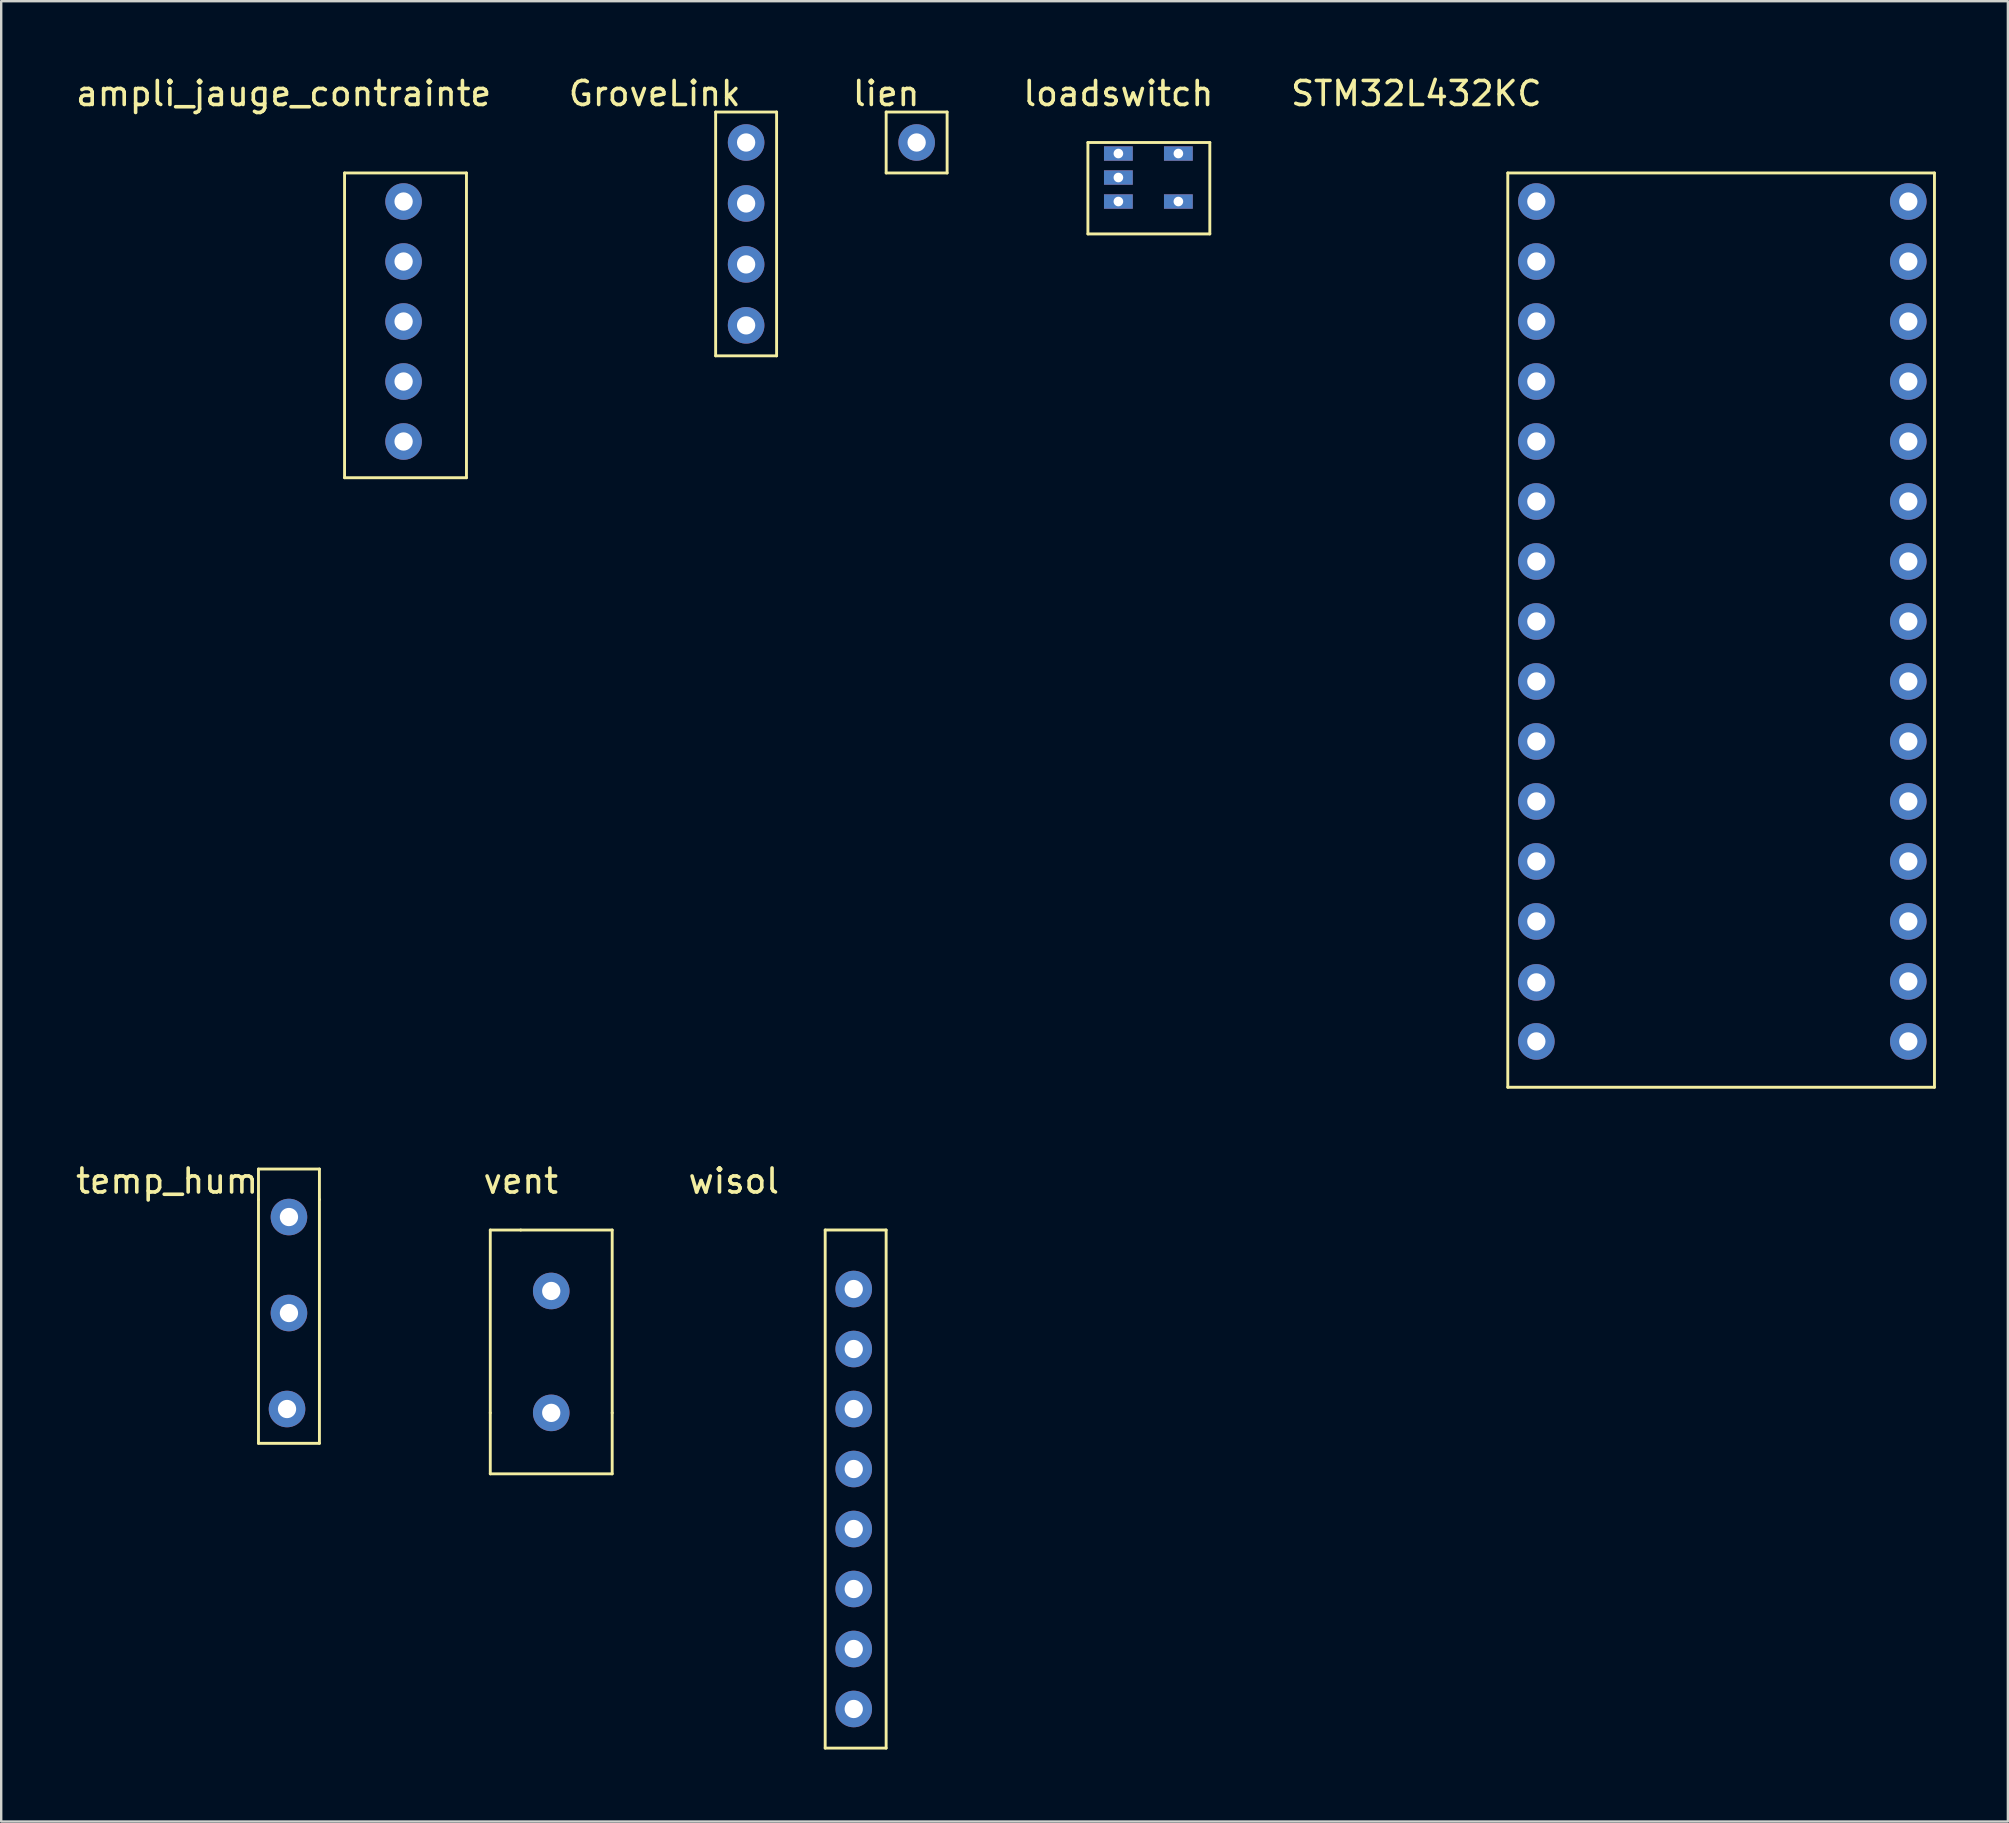
<source format=kicad_pcb>
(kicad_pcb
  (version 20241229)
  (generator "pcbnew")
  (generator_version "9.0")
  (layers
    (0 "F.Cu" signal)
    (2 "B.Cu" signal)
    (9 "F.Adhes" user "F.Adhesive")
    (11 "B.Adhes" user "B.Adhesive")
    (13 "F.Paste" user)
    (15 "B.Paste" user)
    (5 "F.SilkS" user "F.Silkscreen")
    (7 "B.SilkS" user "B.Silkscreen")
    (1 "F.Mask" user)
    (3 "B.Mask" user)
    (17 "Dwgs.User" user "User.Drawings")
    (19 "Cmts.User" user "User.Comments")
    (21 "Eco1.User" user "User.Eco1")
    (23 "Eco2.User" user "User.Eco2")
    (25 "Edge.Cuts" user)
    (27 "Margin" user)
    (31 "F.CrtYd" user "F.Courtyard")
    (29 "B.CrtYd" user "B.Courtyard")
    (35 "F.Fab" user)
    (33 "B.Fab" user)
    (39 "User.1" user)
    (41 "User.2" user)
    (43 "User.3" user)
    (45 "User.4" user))
  (footprint "GroveLink"
    (layer "F.Cu")
    (at 24.232 0.348)
    (property "Reference" "GroveLink" (at 0 0.5 0) (layer "F.SilkS") (effects (font (size 1 1) (thickness 0.15))))
    (attr through_hole)
    (fp_line (start 2.54 1.27) (end 5.08 1.27) (stroke (width 0.12) (type solid)) (layer "F.SilkS"))
    (fp_line (start 2.54 11.43) (end 2.54 1.27) (stroke (width 0.12) (type solid)) (layer "F.SilkS"))
    (fp_line (start 5.08 1.27) (end 5.08 11.43) (stroke (width 0.12) (type solid)) (layer "F.SilkS"))
    (fp_line (start 5.08 11.43) (end 2.54 11.43) (stroke (width 0.12) (type solid)) (layer "F.SilkS"))
    (pad "1" thru_hole circle (at 3.81 2.54) (size 1.524 1.524) (drill 0.762) (layers "*.Cu" "*.Mask"))
    (pad "2" thru_hole circle (at 3.81 5.08) (size 1.524 1.524) (drill 0.762) (layers "*.Cu" "*.Mask"))
    (pad "3" thru_hole circle (at 3.81 7.62) (size 1.524 1.524) (drill 0.762) (layers "*.Cu" "*.Mask"))
    (pad "4" thru_hole circle (at 3.81 10.16) (size 1.524 1.524) (drill 0.762) (layers "*.Cu" "*.Mask")))
  (footprint "wisol"
    (layer "F.Cu")
    (at 27.527 45.666)
    (property "Reference" "wisol" (at 0 0.5 0) (layer "F.SilkS") (effects (font (size 1 1) (thickness 0.15))))
    (attr through_hole)
    (fp_line (start 3.81 2.54) (end 6.35 2.54) (stroke (width 0.12) (type solid)) (layer "F.SilkS"))
    (fp_line (start 3.81 24.13) (end 3.81 2.54) (stroke (width 0.12) (type solid)) (layer "F.SilkS"))
    (fp_line (start 6.35 2.54) (end 6.35 24.13) (stroke (width 0.12) (type solid)) (layer "F.SilkS"))
    (fp_line (start 6.35 24.13) (end 3.81 24.13) (stroke (width 0.12) (type solid)) (layer "F.SilkS"))
    (pad "1" thru_hole circle (at 5 5) (size 1.524 1.524) (drill 0.762) (layers "*.Cu" "*.Mask"))
    (pad "2" thru_hole circle (at 5 7.5) (size 1.524 1.524) (drill 0.762) (layers "*.Cu" "*.Mask"))
    (pad "3" thru_hole circle (at 5 10) (size 1.524 1.524) (drill 0.762) (layers "*.Cu" "*.Mask"))
    (pad "4" thru_hole circle (at 5 12.5) (size 1.524 1.524) (drill 0.762) (layers "*.Cu" "*.Mask"))
    (pad "5" thru_hole circle (at 5 15) (size 1.524 1.524) (drill 0.762) (layers "*.Cu" "*.Mask"))
    (pad "6" thru_hole circle (at 5 17.5) (size 1.524 1.524) (drill 0.762) (layers "*.Cu" "*.Mask"))
    (pad "7" thru_hole circle (at 5 20) (size 1.524 1.524) (drill 0.762) (layers "*.Cu" "*.Mask"))
    (pad "8" thru_hole circle (at 5 22.5) (size 1.524 1.524) (drill 0.762) (layers "*.Cu" "*.Mask")))
  (footprint "lien"
    (layer "F.Cu")
    (at 33.878 0.348)
    (property "Reference" "lien" (at 0 0.5 0) (layer "F.SilkS") (effects (font (size 1 1) (thickness 0.15))))
    (attr through_hole)
    (fp_line (start 0 1.27) (end 0 3.81) (stroke (width 0.12) (type solid)) (layer "F.SilkS"))
    (fp_line (start 0 3.81) (end 2.54 3.81) (stroke (width 0.12) (type solid)) (layer "F.SilkS"))
    (fp_line (start 2.54 1.27) (end 0 1.27) (stroke (width 0.12) (type solid)) (layer "F.SilkS"))
    (fp_line (start 2.54 3.81) (end 2.54 1.27) (stroke (width 0.12) (type solid)) (layer "F.SilkS"))
    (pad "1" thru_hole circle (at 1.27 2.54) (size 1.524 1.524) (drill 0.762) (layers "*.Cu" "*.Mask")))
  (footprint "ampli_jauge_contrainte"
    (layer "F.Cu")
    (at 8.768 0.348)
    (property "Reference" "ampli_jauge_contrainte" (at 0 0.5 0) (layer "F.SilkS") (effects (font (size 1 1) (thickness 0.15))))
    (attr through_hole)
    (fp_line (start 2.54 3.81) (end 2.54 16.51) (stroke (width 0.12) (type solid)) (layer "F.SilkS"))
    (fp_line (start 2.54 16.51) (end 7.62 16.51) (stroke (width 0.12) (type solid)) (layer "F.SilkS"))
    (fp_line (start 7.62 3.81) (end 2.54 3.81) (stroke (width 0.12) (type solid)) (layer "F.SilkS"))
    (fp_line (start 7.62 16.51) (end 7.62 3.81) (stroke (width 0.12) (type solid)) (layer "F.SilkS"))
    (pad "1" thru_hole circle (at 5 5) (size 1.524 1.524) (drill 0.762) (layers "*.Cu" "*.Mask"))
    (pad "2" thru_hole circle (at 5 7.5) (size 1.524 1.524) (drill 0.762) (layers "*.Cu" "*.Mask"))
    (pad "3" thru_hole circle (at 5 10) (size 1.524 1.524) (drill 0.762) (layers "*.Cu" "*.Mask"))
    (pad "4" thru_hole circle (at 5 12.5) (size 1.524 1.524) (drill 0.762) (layers "*.Cu" "*.Mask"))
    (pad "5" thru_hole circle (at 5 15) (size 1.524 1.524) (drill 0.762) (layers "*.Cu" "*.Mask")))
  (footprint "vent"
    (layer "F.Cu")
    (at 13.571 46.937)
    (property "Reference" "vent" (at 5.08 -0.77 0) (layer "F.SilkS") (effects (font (size 1 1) (thickness 0.15))))
    (attr through_hole)
    (fp_line (start 3.81 1.27) (end 5.08 1.27) (stroke (width 0.12) (type solid)) (layer "F.SilkS"))
    (fp_line (start 3.81 8.89) (end 3.81 1.27) (stroke (width 0.12) (type solid)) (layer "F.SilkS"))
    (fp_line (start 3.81 11.43) (end 3.81 8.89) (stroke (width 0.12) (type solid)) (layer "F.SilkS"))
    (fp_line (start 5.08 1.27) (end 8.89 1.27) (stroke (width 0.12) (type solid)) (layer "F.SilkS"))
    (fp_line (start 8.89 1.27) (end 8.89 8.89) (stroke (width 0.12) (type solid)) (layer "F.SilkS"))
    (fp_line (start 8.89 8.89) (end 8.89 11.43) (stroke (width 0.12) (type solid)) (layer "F.SilkS"))
    (fp_line (start 8.89 11.43) (end 3.81 11.43) (stroke (width 0.12) (type solid)) (layer "F.SilkS"))
    (pad "1" thru_hole circle (at 6.35 8.89) (size 1.524 1.524) (drill 0.762) (layers "*.Cu" "*.Mask"))
    (pad "2" thru_hole circle (at 6.35 3.81) (size 1.524 1.524) (drill 0.762) (layers "*.Cu" "*.Mask")))
  (footprint "temp_hum"
    (layer "F.Cu")
    (at 3.911 45.666)
    (property "Reference" "temp_hum" (at 0 0.5 0) (layer "F.SilkS") (effects (font (size 1 1) (thickness 0.15))))
    (attr through_hole)
    (fp_line (start 3.81 0) (end 3.81 1.27) (stroke (width 0.12) (type solid)) (layer "F.SilkS"))
    (fp_line (start 3.81 0) (end 6.35 0) (stroke (width 0.12) (type solid)) (layer "F.SilkS"))
    (fp_line (start 3.81 11.43) (end 3.81 1.27) (stroke (width 0.12) (type solid)) (layer "F.SilkS"))
    (fp_line (start 6.35 0) (end 6.35 1.27) (stroke (width 0.12) (type solid)) (layer "F.SilkS"))
    (fp_line (start 6.35 1.27) (end 6.35 11.43) (stroke (width 0.12) (type solid)) (layer "F.SilkS"))
    (fp_line (start 6.35 11.43) (end 3.81 11.43) (stroke (width 0.12) (type solid)) (layer "F.SilkS"))
    (pad "1" thru_hole circle (at 5 10) (size 1.524 1.524) (drill 0.762) (layers "*.Cu" "*.Mask"))
    (pad "2" thru_hole circle (at 5.08 6) (size 1.524 1.524) (drill 0.762) (layers "*.Cu" "*.Mask"))
    (pad "3" thru_hole circle (at 5.08 2) (size 1.524 1.524) (drill 0.762) (layers "*.Cu" "*.Mask")))
  (footprint "loadswitch"
    (layer "F.Cu")
    (at 43.555 0.348)
    (property "Reference" "loadswitch" (at 0 0.5 0) (layer "F.SilkS") (effects (font (size 1 1) (thickness 0.15))))
    (attr through_hole)
    (fp_line (start -1.27 2.54) (end 3.81 2.54) (stroke (width 0.12) (type solid)) (layer "F.SilkS"))
    (fp_line (start -1.27 6.35) (end -1.27 2.54) (stroke (width 0.12) (type solid)) (layer "F.SilkS"))
    (fp_line (start 3.81 2.54) (end 3.81 6.35) (stroke (width 0.12) (type solid)) (layer "F.SilkS"))
    (fp_line (start 3.81 6.35) (end -1.27 6.35) (stroke (width 0.12) (type solid)) (layer "F.SilkS"))
    (pad "1" thru_hole rect (at 0 3) (size 1.2 0.6) (drill 0.4) (layers "*.Cu" "*.Mask"))
    (pad "2" thru_hole rect (at 0 4) (size 1.2 0.6) (drill 0.4) (layers "*.Cu" "*.Mask"))
    (pad "3" thru_hole rect (at 0 5) (size 1.2 0.6) (drill 0.4) (layers "*.Cu" "*.Mask"))
    (pad "4" thru_hole rect (at 2.5 5) (size 1.2 0.6) (drill 0.4) (layers "*.Cu" "*.Mask"))
    (pad "5" thru_hole rect (at 2.5 3) (size 1.2 0.6) (drill 0.4) (layers "*.Cu" "*.Mask")))
  (footprint "STM32L432KC"
    (layer "F.Cu")
    (at 55.972 0.348)
    (property "Reference" "STM32L432KC" (at 0 0.5 0) (layer "F.SilkS") (effects (font (size 1 1) (thickness 0.15))))
    (attr through_hole)
    (fp_line (start 3.81 3.81) (end 21.59 3.81) (stroke (width 0.12) (type solid)) (layer "F.SilkS"))
    (fp_line (start 3.81 41.91) (end 3.81 3.81) (stroke (width 0.12) (type solid)) (layer "F.SilkS"))
    (fp_line (start 21.59 3.81) (end 21.59 41.91) (stroke (width 0.12) (type solid)) (layer "F.SilkS"))
    (fp_line (start 21.59 41.91) (end 3.81 41.91) (stroke (width 0.12) (type solid)) (layer "F.SilkS"))
    (pad "1" thru_hole circle (at 5 5) (size 1.524 1.524) (drill 0.762) (layers "*.Cu" "*.Mask"))
    (pad "2" thru_hole circle (at 5 7.5) (size 1.524 1.524) (drill 0.762) (layers "*.Cu" "*.Mask"))
    (pad "3" thru_hole circle (at 5 10) (size 1.524 1.524) (drill 0.762) (layers "*.Cu" "*.Mask"))
    (pad "4" thru_hole circle (at 5 12.5) (size 1.524 1.524) (drill 0.762) (layers "*.Cu" "*.Mask"))
    (pad "5" thru_hole circle (at 5 15) (size 1.524 1.524) (drill 0.762) (layers "*.Cu" "*.Mask"))
    (pad "6" thru_hole circle (at 5 17.5) (size 1.524 1.524) (drill 0.762) (layers "*.Cu" "*.Mask"))
    (pad "7" thru_hole circle (at 5 20) (size 1.524 1.524) (drill 0.762) (layers "*.Cu" "*.Mask"))
    (pad "8" thru_hole circle (at 5 22.5) (size 1.524 1.524) (drill 0.762) (layers "*.Cu" "*.Mask"))
    (pad "9" thru_hole circle (at 5 25) (size 1.524 1.524) (drill 0.762) (layers "*.Cu" "*.Mask"))
    (pad "10" thru_hole circle (at 5 27.5) (size 1.524 1.524) (drill 0.762) (layers "*.Cu" "*.Mask"))
    (pad "11" thru_hole circle (at 5 30) (size 1.524 1.524) (drill 0.762) (layers "*.Cu" "*.Mask"))
    (pad "12" thru_hole circle (at 5 32.5) (size 1.524 1.524) (drill 0.762) (layers "*.Cu" "*.Mask"))
    (pad "13" thru_hole circle (at 5 35) (size 1.524 1.524) (drill 0.762) (layers "*.Cu" "*.Mask"))
    (pad "14" thru_hole circle (at 5 37.54) (size 1.524 1.524) (drill 0.762) (layers "*.Cu" "*.Mask"))
    (pad "15" thru_hole circle (at 5 40) (size 1.524 1.524) (drill 0.762) (layers "*.Cu" "*.Mask"))
    (pad "16" thru_hole circle (at 20.5 5) (size 1.524 1.524) (drill 0.762) (layers "*.Cu" "*.Mask"))
    (pad "17" thru_hole circle (at 20.5 7.5) (size 1.524 1.524) (drill 0.762) (layers "*.Cu" "*.Mask"))
    (pad "18" thru_hole circle (at 20.5 10) (size 1.524 1.524) (drill 0.762) (layers "*.Cu" "*.Mask"))
    (pad "19" thru_hole circle (at 20.5 12.5) (size 1.524 1.524) (drill 0.762) (layers "*.Cu" "*.Mask"))
    (pad "20" thru_hole circle (at 20.5 15) (size 1.524 1.524) (drill 0.762) (layers "*.Cu" "*.Mask"))
    (pad "21" thru_hole circle (at 20.5 17.5) (size 1.524 1.524) (drill 0.762) (layers "*.Cu" "*.Mask"))
    (pad "22" thru_hole circle (at 20.5 20) (size 1.524 1.524) (drill 0.762) (layers "*.Cu" "*.Mask"))
    (pad "23" thru_hole circle (at 20.5 22.5) (size 1.524 1.524) (drill 0.762) (layers "*.Cu" "*.Mask"))
    (pad "24" thru_hole circle (at 20.5 25) (size 1.524 1.524) (drill 0.762) (layers "*.Cu" "*.Mask"))
    (pad "25" thru_hole circle (at 20.5 27.5) (size 1.524 1.524) (drill 0.762) (layers "*.Cu" "*.Mask"))
    (pad "26" thru_hole circle (at 20.5 30) (size 1.524 1.524) (drill 0.762) (layers "*.Cu" "*.Mask"))
    (pad "27" thru_hole circle (at 20.5 32.5) (size 1.524 1.524) (drill 0.762) (layers "*.Cu" "*.Mask"))
    (pad "28" thru_hole circle (at 20.5 35) (size 1.524 1.524) (drill 0.762) (layers "*.Cu" "*.Mask"))
    (pad "29" thru_hole circle (at 20.5 37.5) (size 1.524 1.524) (drill 0.762) (layers "*.Cu" "*.Mask"))
    (pad "30" thru_hole circle (at 20.5 40) (size 1.524 1.524) (drill 0.762) (layers "*.Cu" "*.Mask")))
  (gr_rect
    (start -3 -3)
    (end 80.622 72.856)
    (stroke (width 0.1) (type default))
    (fill no)
    (layer "Edge.Cuts")))
</source>
